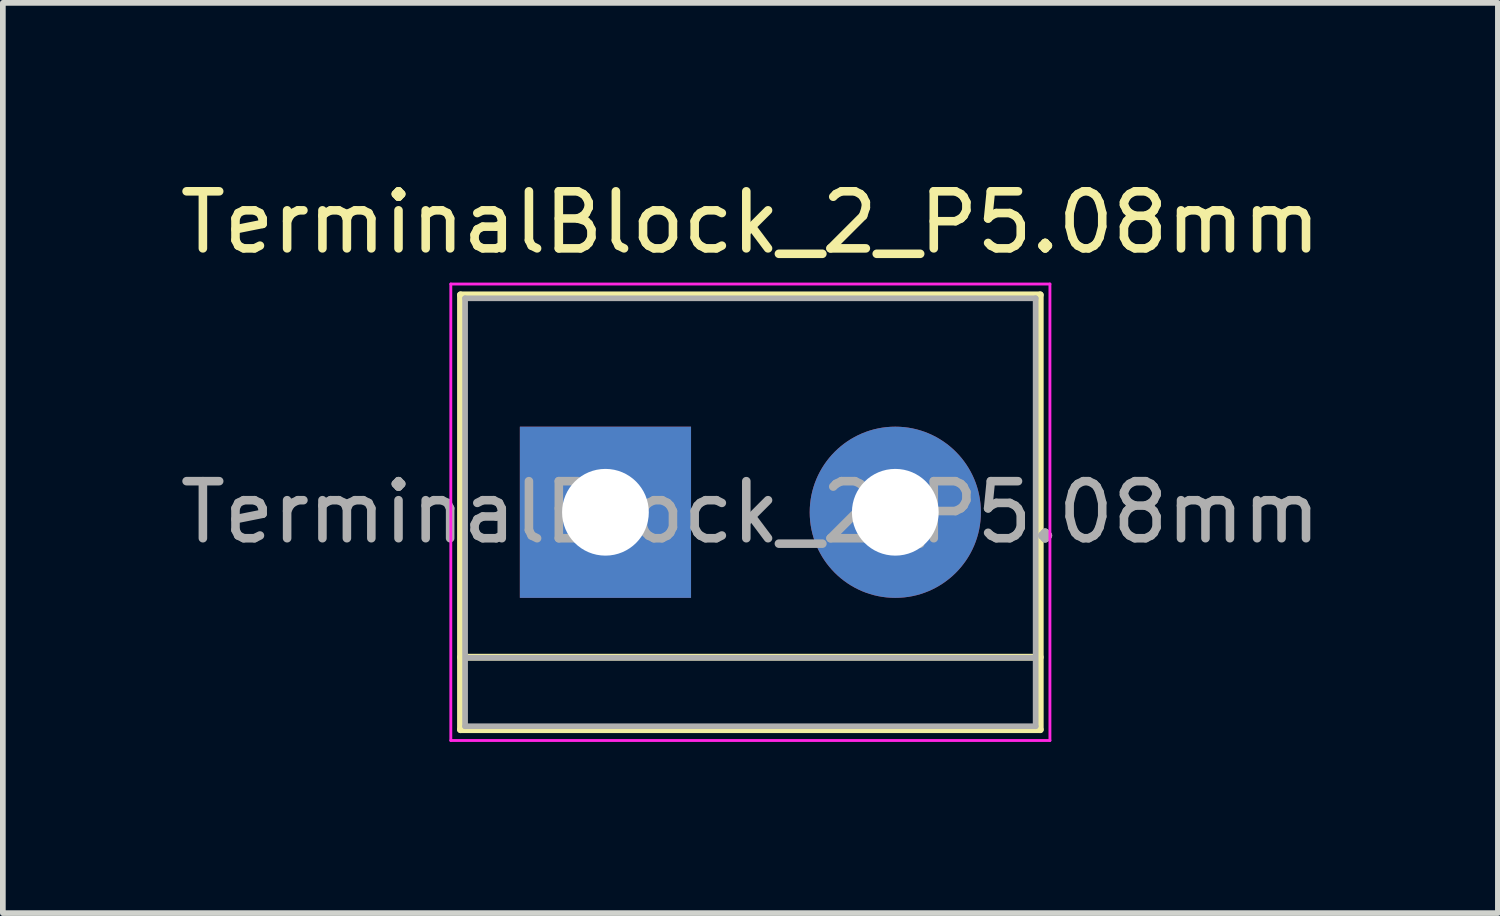
<source format=kicad_pcb>
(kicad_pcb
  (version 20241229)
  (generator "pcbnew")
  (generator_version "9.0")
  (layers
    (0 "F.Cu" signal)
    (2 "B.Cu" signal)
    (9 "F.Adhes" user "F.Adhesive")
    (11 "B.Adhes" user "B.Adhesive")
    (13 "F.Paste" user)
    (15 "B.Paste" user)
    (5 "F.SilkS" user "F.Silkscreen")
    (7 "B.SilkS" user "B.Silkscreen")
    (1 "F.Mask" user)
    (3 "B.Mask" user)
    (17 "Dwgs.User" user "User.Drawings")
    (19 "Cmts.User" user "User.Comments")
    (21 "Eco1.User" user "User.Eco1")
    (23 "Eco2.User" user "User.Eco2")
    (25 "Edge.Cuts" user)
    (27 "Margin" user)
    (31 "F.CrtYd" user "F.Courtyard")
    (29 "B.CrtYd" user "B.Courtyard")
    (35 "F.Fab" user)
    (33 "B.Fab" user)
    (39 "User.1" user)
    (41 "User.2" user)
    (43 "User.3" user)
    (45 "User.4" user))
  (footprint "TerminalBlock_2_P5.08mm"
    (layer "F.Cu")
    (at 7.561 5.928)
    (property "Reference" "TerminalBlock_2_P5.08mm" (at 2.54 -5.08 0) (layer "F.SilkS") (effects (font (size 1 1) (thickness 0.15))))
    (attr through_hole)
    (fp_line (start -2.54 -3.81) (end -2.54 3.81) (stroke (width 0.12) (type solid)) (layer "F.SilkS"))
    (fp_line (start -2.54 3.81) (end 7.62 3.81) (stroke (width 0.12) (type solid)) (layer "F.SilkS"))
    (fp_line (start 7.62 -3.81) (end -2.54 -3.81) (stroke (width 0.12) (type solid)) (layer "F.SilkS"))
    (fp_line (start 7.62 2.54) (end -2.54 2.54) (stroke (width 0.12) (type solid)) (layer "F.SilkS"))
    (fp_line (start 7.62 3.81) (end 7.62 -3.81) (stroke (width 0.12) (type solid)) (layer "F.SilkS"))
    (fp_line (start -2.71 -4) (end -2.71 4) (stroke (width 0.05) (type solid)) (layer "F.CrtYd"))
    (fp_line (start -2.71 -4) (end 7.79 -4) (stroke (width 0.05) (type solid)) (layer "F.CrtYd"))
    (fp_line (start 7.79 4) (end -2.71 4) (stroke (width 0.05) (type solid)) (layer "F.CrtYd"))
    (fp_line (start 7.79 4) (end 7.79 -4) (stroke (width 0.05) (type solid)) (layer "F.CrtYd"))
    (fp_line (start -2.46 -3.75) (end -2.46 3.75) (stroke (width 0.1) (type solid)) (layer "F.Fab"))
    (fp_line (start -2.46 3.75) (end 7.54 3.75) (stroke (width 0.1) (type solid)) (layer "F.Fab"))
    (fp_line (start -2.41 2.55) (end 7.49 2.55) (stroke (width 0.1) (type solid)) (layer "F.Fab"))
    (fp_line (start 7.54 -3.75) (end -2.46 -3.75) (stroke (width 0.1) (type solid)) (layer "F.Fab"))
    (fp_line (start 7.54 3.75) (end 7.54 -3.75) (stroke (width 0.1) (type solid)) (layer "F.Fab"))
    (fp_text user "${REFERENCE}" (at 2.54 0 0) (layer "F.Fab") (effects (font (size 1 1) (thickness 0.15))))
    (pad "1" thru_hole rect (at 0 0) (size 3 3) (drill 1.52) (layers "*.Cu" "*.Mask"))
    (pad "2" thru_hole circle (at 5.08 0) (size 3 3) (drill 1.52) (layers "*.Cu" "*.Mask")))
  (gr_rect
    (start -3 -3)
    (end 23.202 12.953)
    (stroke (width 0.1) (type default))
    (fill no)
    (layer "Edge.Cuts")))
</source>
